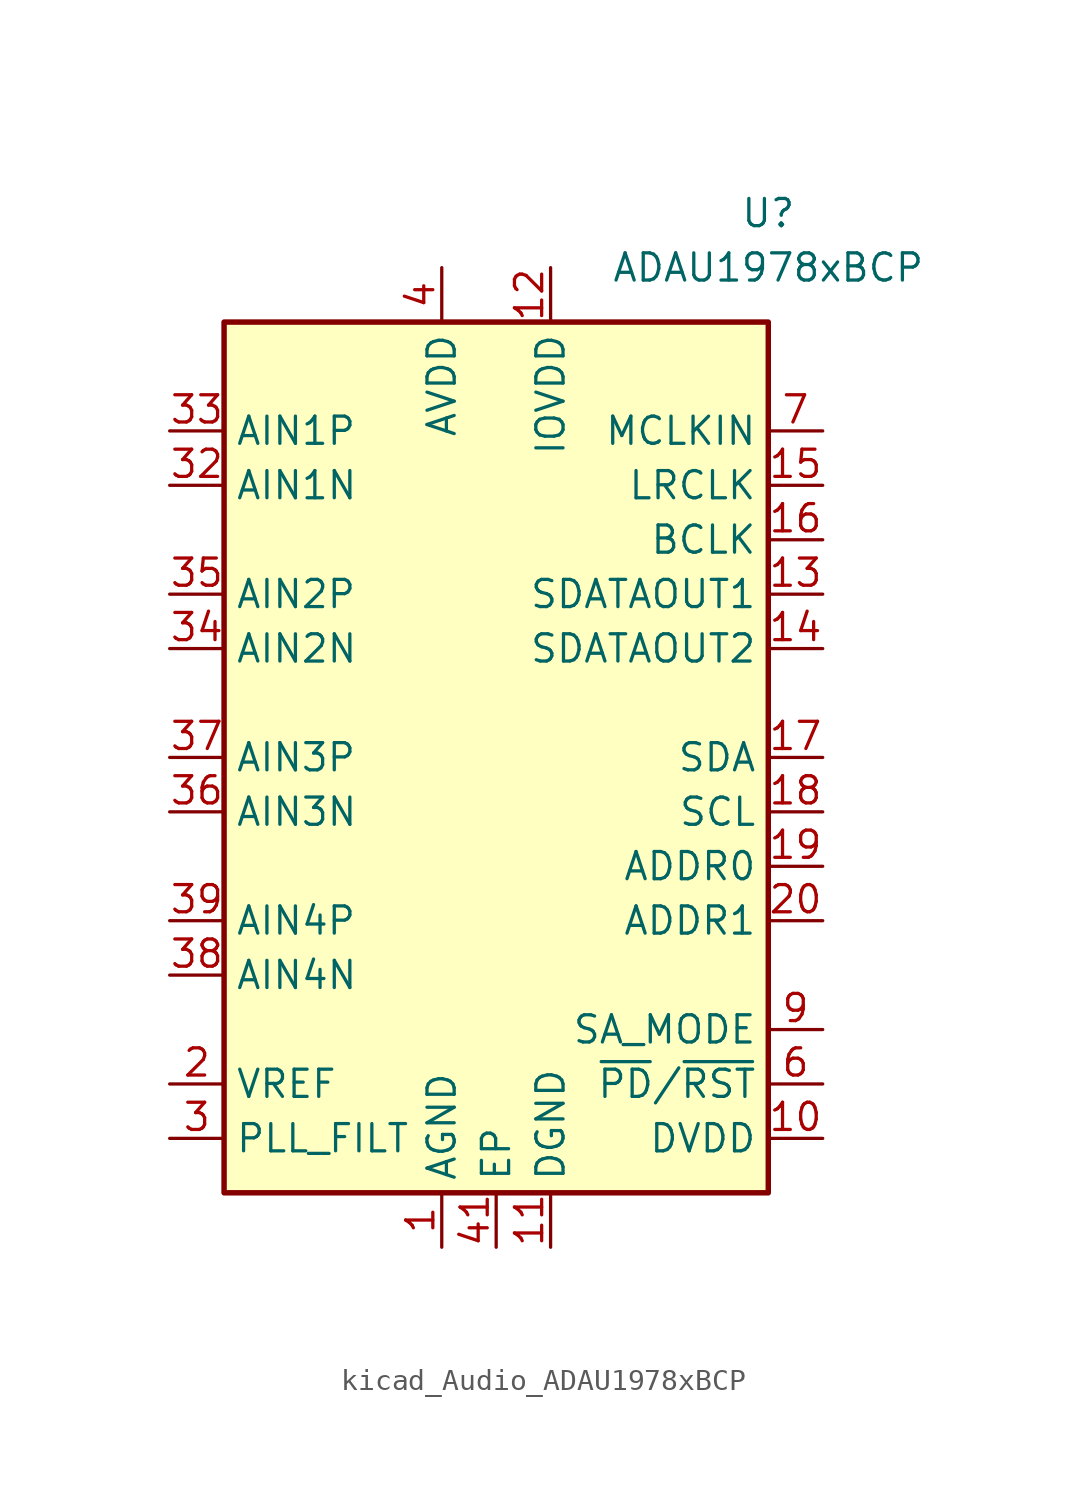
<source format=kicad_sym>
(kicad_symbol_lib
  (version 20220914)
  (generator kicad_symbol_editor)
  (symbol "kicad_Audio_ADAU1978xBCP"
    (property "Reference" "U"
      (at 12.7 25.4 0)
      (effects (font (size 1.27 1.27))))
    (property "Value" "ADAU1978xBCP"
      (at 12.7 22.86 0)
      (effects (font (size 1.27 1.27))))
    (symbol "kicad_Audio_ADAU1978xBCP_0_1"
      (rectangle (start -12.7 20.32) (end 12.7 -20.32) (stroke (width 0.254) (type default)) (fill (type background))))
    (symbol "kicad_Audio_ADAU1978xBCP_1_1"
      (pin power_in line (at -2.54 -22.86 90) (length 2.54) (name "AGND" (effects (font (size 1.27 1.27)))) (number "1" (effects (font (size 1.27 1.27)))))
      (pin power_out line (at 15.24 -17.78 180) (length 2.54) (name "DVDD" (effects (font (size 1.27 1.27)))) (number "10" (effects (font (size 1.27 1.27)))))
      (pin power_in line (at 2.54 -22.86 90) (length 2.54) (name "DGND" (effects (font (size 1.27 1.27)))) (number "11" (effects (font (size 1.27 1.27)))))
      (pin power_in line (at 2.54 22.86 270) (length 2.54) (name "IOVDD" (effects (font (size 1.27 1.27)))) (number "12" (effects (font (size 1.27 1.27)))))
      (pin output line (at 15.24 7.62 180) (length 2.54) (name "SDATAOUT1" (effects (font (size 1.27 1.27)))) (number "13" (effects (font (size 1.27 1.27)))))
      (pin output line (at 15.24 5.08 180) (length 2.54) (name "SDATAOUT2" (effects (font (size 1.27 1.27)))) (number "14" (effects (font (size 1.27 1.27)))))
      (pin bidirectional line (at 15.24 12.7 180) (length 2.54) (name "LRCLK" (effects (font (size 1.27 1.27)))) (number "15" (effects (font (size 1.27 1.27)))))
      (pin bidirectional line (at 15.24 10.16 180) (length 2.54) (name "BCLK" (effects (font (size 1.27 1.27)))) (number "16" (effects (font (size 1.27 1.27)))))
      (pin bidirectional line (at 15.24 0 180) (length 2.54) (name "SDA" (effects (font (size 1.27 1.27)))) (number "17" (effects (font (size 1.27 1.27)))) (alternate "COUT" output line))
      (pin input line (at 15.24 -2.54 180) (length 2.54) (name "SCL" (effects (font (size 1.27 1.27)))) (number "18" (effects (font (size 1.27 1.27)))) (alternate "CCLK" input line))
      (pin input line (at 15.24 -5.08 180) (length 2.54) (name "ADDR0" (effects (font (size 1.27 1.27)))) (number "19" (effects (font (size 1.27 1.27)))) (alternate "~{CLATCH}" input line))
      (pin output line (at -15.24 -15.24 0) (length 2.54) (name "VREF" (effects (font (size 1.27 1.27)))) (number "2" (effects (font (size 1.27 1.27)))))
      (pin input line (at 15.24 -7.62 180) (length 2.54) (name "ADDR1" (effects (font (size 1.27 1.27)))) (number "20" (effects (font (size 1.27 1.27)))) (alternate "CIN" input line))
      (pin passive line (at -2.54 -22.86 90) (length 2.54) hide (name "AGND" (effects (font (size 1.27 1.27)))) (number "21" (effects (font (size 1.27 1.27)))))
      (pin passive line (at -2.54 -22.86 90) (length 2.54) hide (name "AGND" (effects (font (size 1.27 1.27)))) (number "22" (effects (font (size 1.27 1.27)))))
      (pin no_connect line (at -10.16 -20.32 90) (length 2.54) hide (name "NC" (effects (font (size 1.27 1.27)))) (number "23" (effects (font (size 1.27 1.27)))))
      (pin no_connect line (at -7.62 -20.32 90) (length 2.54) hide (name "NC" (effects (font (size 1.27 1.27)))) (number "24" (effects (font (size 1.27 1.27)))))
      (pin no_connect line (at -5.08 -20.32 90) (length 2.54) hide (name "NC" (effects (font (size 1.27 1.27)))) (number "25" (effects (font (size 1.27 1.27)))))
      (pin no_connect line (at 5.08 -20.32 90) (length 2.54) hide (name "NC" (effects (font (size 1.27 1.27)))) (number "26" (effects (font (size 1.27 1.27)))))
      (pin no_connect line (at 7.62 -20.32 90) (length 2.54) hide (name "NC" (effects (font (size 1.27 1.27)))) (number "27" (effects (font (size 1.27 1.27)))))
      (pin passive line (at -2.54 -22.86 90) (length 2.54) hide (name "AGND" (effects (font (size 1.27 1.27)))) (number "28" (effects (font (size 1.27 1.27)))))
      (pin passive line (at -2.54 -22.86 90) (length 2.54) hide (name "AGND" (effects (font (size 1.27 1.27)))) (number "29" (effects (font (size 1.27 1.27)))))
      (pin output line (at -15.24 -17.78 0) (length 2.54) (name "PLL_FILT" (effects (font (size 1.27 1.27)))) (number "3" (effects (font (size 1.27 1.27)))))
      (pin no_connect line (at 10.16 -20.32 90) (length 2.54) hide (name "NC" (effects (font (size 1.27 1.27)))) (number "30" (effects (font (size 1.27 1.27)))))
      (pin passive line (at -2.54 22.86 270) (length 2.54) hide (name "AVDD" (effects (font (size 1.27 1.27)))) (number "31" (effects (font (size 1.27 1.27)))))
      (pin input line (at -15.24 12.7 0) (length 2.54) (name "AIN1N" (effects (font (size 1.27 1.27)))) (number "32" (effects (font (size 1.27 1.27)))))
      (pin input line (at -15.24 15.24 0) (length 2.54) (name "AIN1P" (effects (font (size 1.27 1.27)))) (number "33" (effects (font (size 1.27 1.27)))))
      (pin input line (at -15.24 5.08 0) (length 2.54) (name "AIN2N" (effects (font (size 1.27 1.27)))) (number "34" (effects (font (size 1.27 1.27)))))
      (pin input line (at -15.24 7.62 0) (length 2.54) (name "AIN2P" (effects (font (size 1.27 1.27)))) (number "35" (effects (font (size 1.27 1.27)))))
      (pin input line (at -15.24 -2.54 0) (length 2.54) (name "AIN3N" (effects (font (size 1.27 1.27)))) (number "36" (effects (font (size 1.27 1.27)))))
      (pin input line (at -15.24 0 0) (length 2.54) (name "AIN3P" (effects (font (size 1.27 1.27)))) (number "37" (effects (font (size 1.27 1.27)))))
      (pin input line (at -15.24 -10.16 0) (length 2.54) (name "AIN4N" (effects (font (size 1.27 1.27)))) (number "38" (effects (font (size 1.27 1.27)))))
      (pin input line (at -15.24 -7.62 0) (length 2.54) (name "AIN4P" (effects (font (size 1.27 1.27)))) (number "39" (effects (font (size 1.27 1.27)))))
      (pin power_in line (at -2.54 22.86 270) (length 2.54) (name "AVDD" (effects (font (size 1.27 1.27)))) (number "4" (effects (font (size 1.27 1.27)))))
      (pin passive line (at -2.54 22.86 270) (length 2.54) hide (name "AVDD" (effects (font (size 1.27 1.27)))) (number "40" (effects (font (size 1.27 1.27)))))
      (pin power_in line (at 0 -22.86 90) (length 2.54) (name "EP" (effects (font (size 1.27 1.27)))) (number "41" (effects (font (size 1.27 1.27)))))
      (pin passive line (at -2.54 -22.86 90) (length 2.54) hide (name "AGND" (effects (font (size 1.27 1.27)))) (number "5" (effects (font (size 1.27 1.27)))))
      (pin input line (at 15.24 -15.24 180) (length 2.54) (name "~{PD}/~{RST}" (effects (font (size 1.27 1.27)))) (number "6" (effects (font (size 1.27 1.27)))))
      (pin input line (at 15.24 15.24 180) (length 2.54) (name "MCLKIN" (effects (font (size 1.27 1.27)))) (number "7" (effects (font (size 1.27 1.27)))))
      (pin no_connect line (at 12.7 17.78 180) (length 2.54) hide (name "NC" (effects (font (size 1.27 1.27)))) (number "8" (effects (font (size 1.27 1.27)))))
      (pin input line (at 15.24 -12.7 180) (length 2.54) (name "SA_MODE" (effects (font (size 1.27 1.27)))) (number "9" (effects (font (size 1.27 1.27))))))))
</source>
